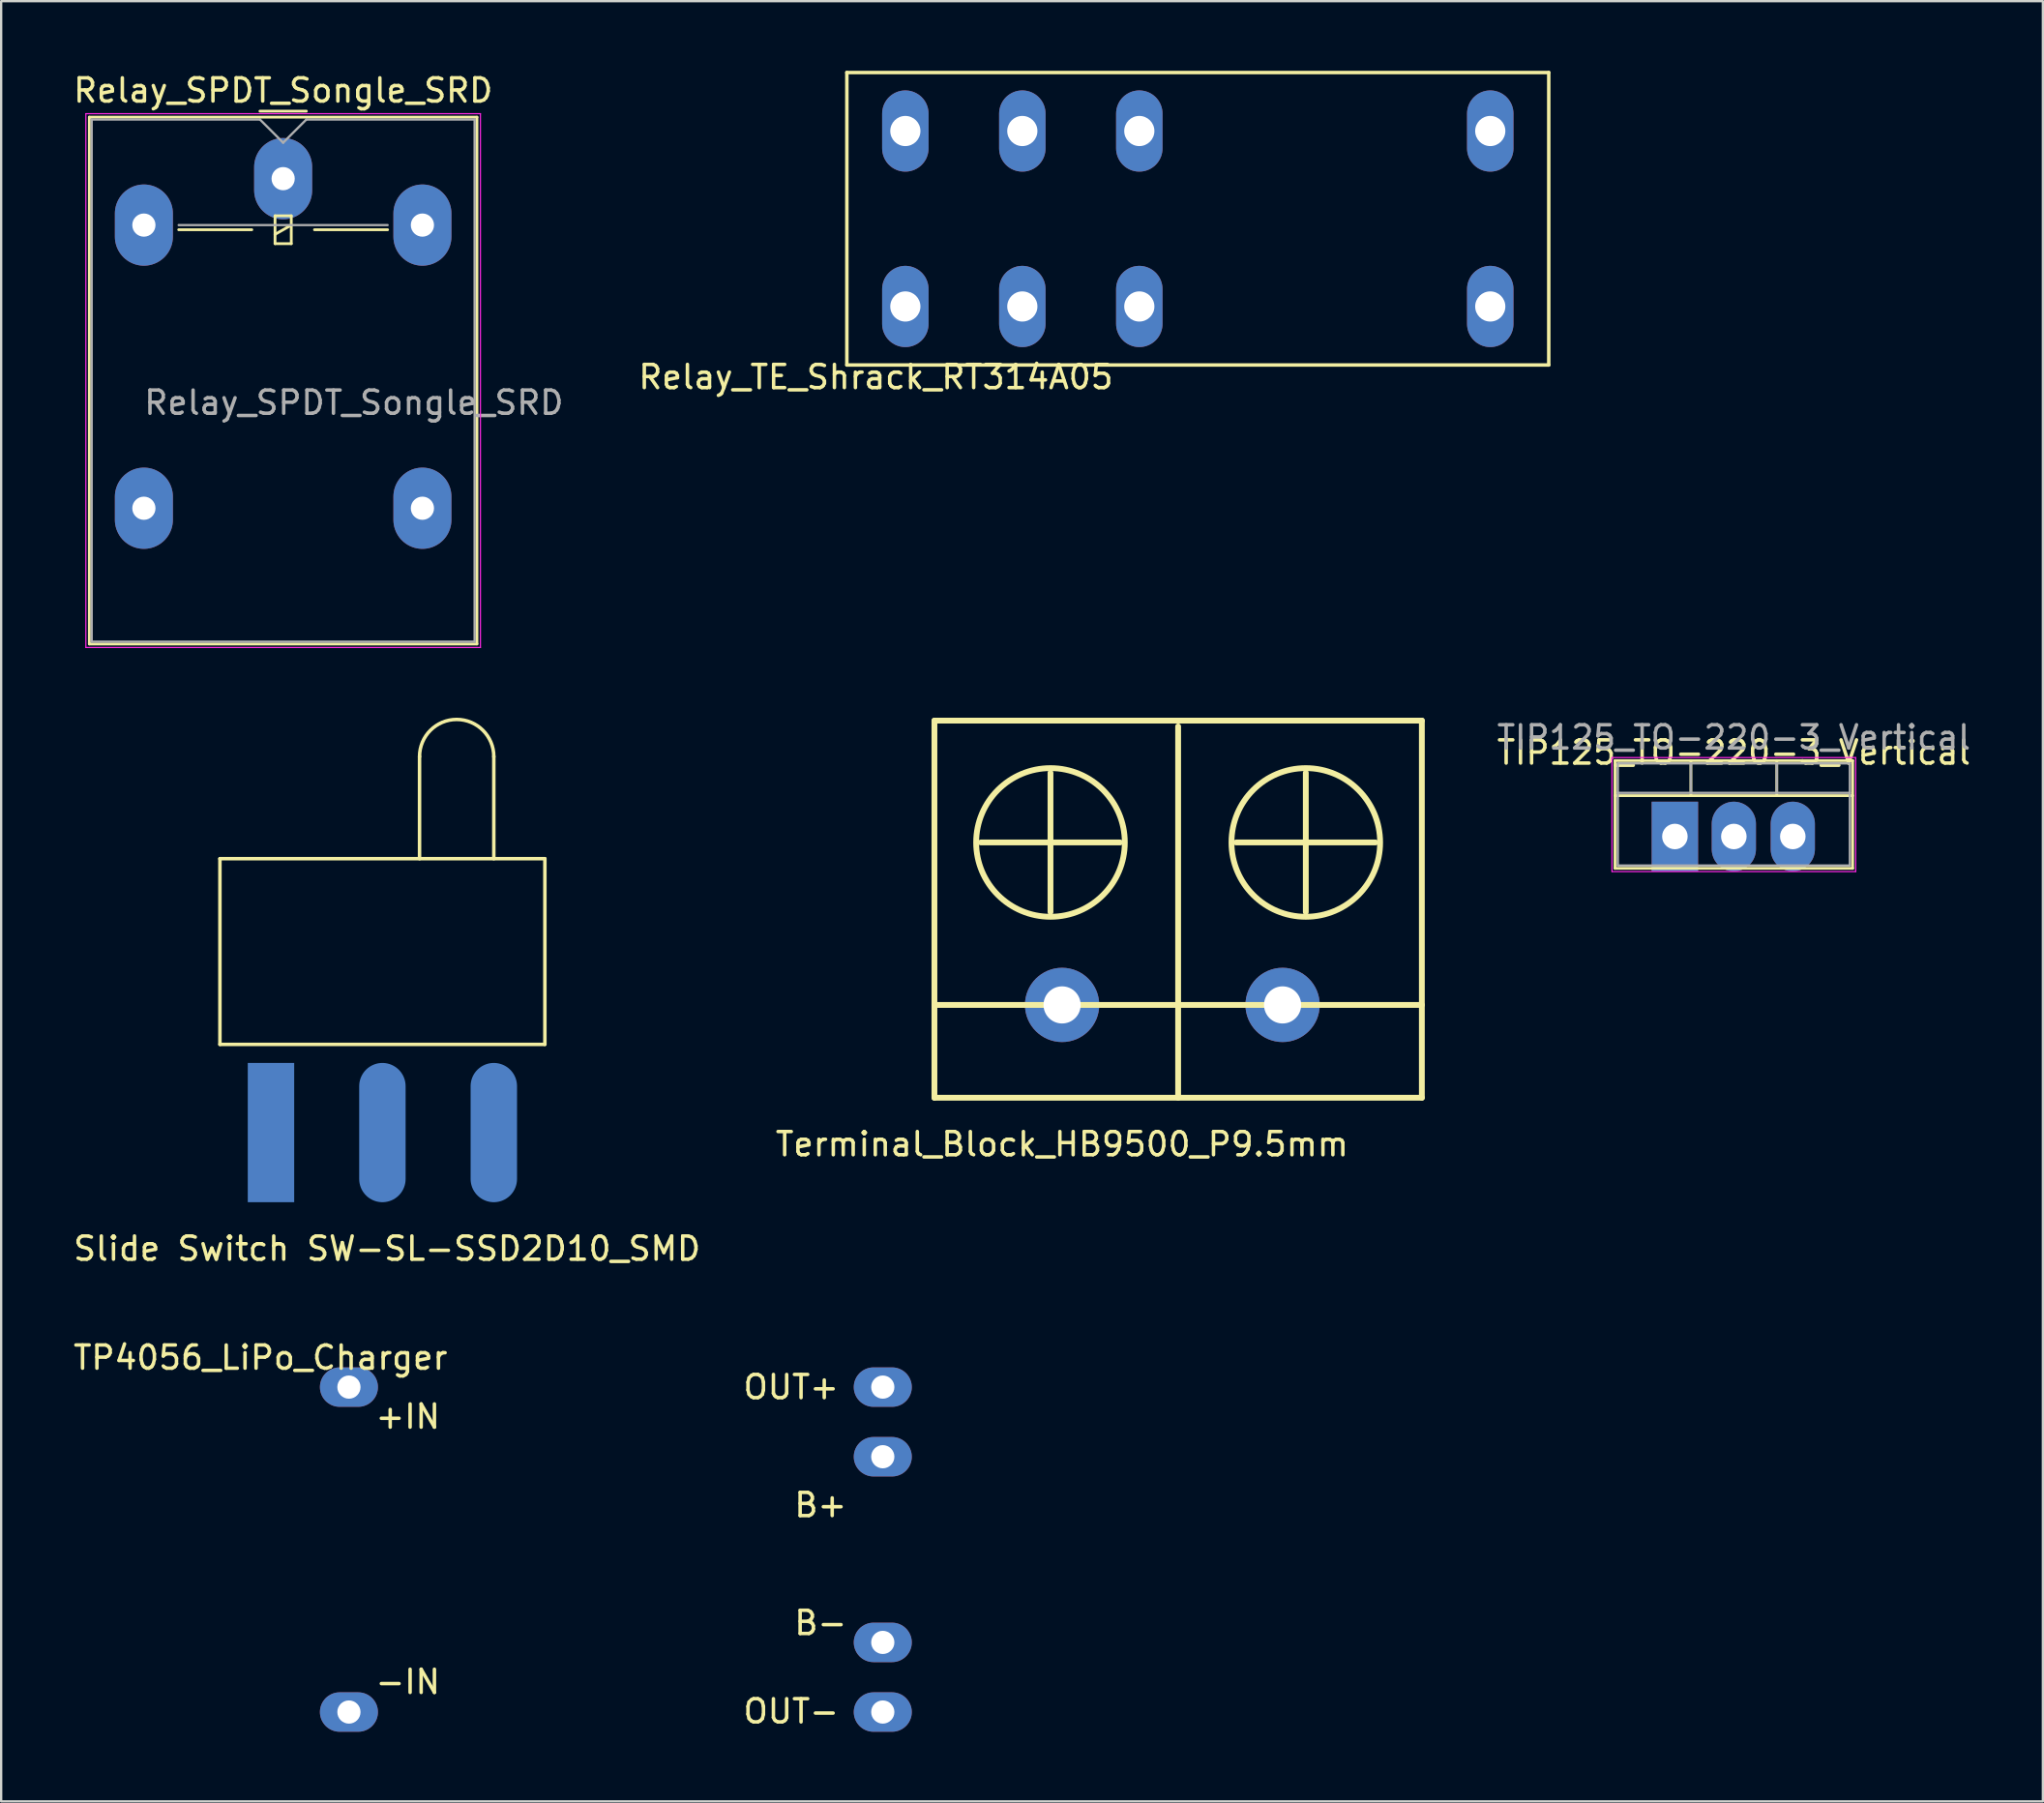
<source format=kicad_pcb>
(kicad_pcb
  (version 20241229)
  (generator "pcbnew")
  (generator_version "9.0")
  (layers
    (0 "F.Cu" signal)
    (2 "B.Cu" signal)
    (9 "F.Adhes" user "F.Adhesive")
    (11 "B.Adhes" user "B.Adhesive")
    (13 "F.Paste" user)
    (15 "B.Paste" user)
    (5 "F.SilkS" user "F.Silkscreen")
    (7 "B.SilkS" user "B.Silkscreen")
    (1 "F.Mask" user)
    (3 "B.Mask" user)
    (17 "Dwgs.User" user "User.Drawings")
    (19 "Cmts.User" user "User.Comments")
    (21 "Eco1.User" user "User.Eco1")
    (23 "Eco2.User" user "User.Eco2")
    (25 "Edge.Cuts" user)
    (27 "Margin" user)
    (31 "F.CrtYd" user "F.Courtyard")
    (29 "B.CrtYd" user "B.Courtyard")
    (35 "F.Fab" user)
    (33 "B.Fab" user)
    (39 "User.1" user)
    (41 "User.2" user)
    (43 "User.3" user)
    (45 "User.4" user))
  (footprint "Relay_SPDT_Songle_SRD"
    (layer "F.Cu")
    (at 9.149 4.648)
    (property "Reference" "Relay_SPDT_Songle_SRD" (at 0 -3.8 0) (layer "F.SilkS") (effects (font (size 1 1) (thickness 0.15))))
    (attr through_hole)
    (fp_line (start -8.35 -2.65) (end -8.35 20.05) (stroke (width 0.12) (type solid)) (layer "F.SilkS"))
    (fp_line (start -8.35 20.05) (end 8.35 20.05) (stroke (width 0.12) (type solid)) (layer "F.SilkS"))
    (fp_line (start -4.5 2.2) (end -1.35 2.2) (stroke (width 0.12) (type solid)) (layer "F.SilkS"))
    (fp_line (start -1 -2.91) (end 1 -2.91) (stroke (width 0.12) (type solid)) (layer "F.SilkS"))
    (fp_line (start -0.35 1.6) (end -0.35 2.8) (stroke (width 0.12) (type solid)) (layer "F.SilkS"))
    (fp_line (start -0.35 2.4) (end 0.35 2) (stroke (width 0.12) (type solid)) (layer "F.SilkS"))
    (fp_line (start -0.35 2.8) (end 0.35 2.8) (stroke (width 0.12) (type solid)) (layer "F.SilkS"))
    (fp_line (start 0.35 1.6) (end -0.35 1.6) (stroke (width 0.12) (type solid)) (layer "F.SilkS"))
    (fp_line (start 0.35 2.8) (end 0.35 1.6) (stroke (width 0.12) (type solid)) (layer "F.SilkS"))
    (fp_line (start 1.35 2.2) (end 4.5 2.2) (stroke (width 0.12) (type solid)) (layer "F.SilkS"))
    (fp_line (start 8.35 -2.65) (end -8.35 -2.65) (stroke (width 0.12) (type solid)) (layer "F.SilkS"))
    (fp_line (start 8.35 20.05) (end 8.35 -2.65) (stroke (width 0.12) (type solid)) (layer "F.SilkS"))
    (fp_line (start -3 -3) (end -3 6) (stroke (width 1) (type solid)) (layer "Eco1.User"))
    (fp_line (start 3 -3) (end -3 -3) (stroke (width 1) (type solid)) (layer "Eco1.User"))
    (fp_line (start 3 6) (end 3 -3) (stroke (width 1) (type solid)) (layer "Eco1.User"))
    (fp_line (start -8.5 -2.8) (end -8.5 20.2) (stroke (width 0.05) (type solid)) (layer "F.CrtYd"))
    (fp_line (start -8.5 20.2) (end 8.5 20.2) (stroke (width 0.05) (type solid)) (layer "F.CrtYd"))
    (fp_line (start 8.5 -2.8) (end -8.5 -2.8) (stroke (width 0.05) (type solid)) (layer "F.CrtYd"))
    (fp_line (start 8.5 20.2) (end 8.5 -2.8) (stroke (width 0.05) (type solid)) (layer "F.CrtYd"))
    (fp_line (start -8.25 -2.55) (end -1 -2.55) (stroke (width 0.1) (type solid)) (layer "F.Fab"))
    (fp_line (start -8.25 19.95) (end -8.25 -2.55) (stroke (width 0.1) (type solid)) (layer "F.Fab"))
    (fp_line (start -4.5 2) (end 4.5 2) (stroke (width 0.1) (type solid)) (layer "F.Fab"))
    (fp_line (start -1 -2.55) (end 0 -1.55) (stroke (width 0.1) (type solid)) (layer "F.Fab"))
    (fp_line (start 0 -1.55) (end 1 -2.55) (stroke (width 0.1) (type solid)) (layer "F.Fab"))
    (fp_line (start 1 -2.55) (end 8.25 -2.55) (stroke (width 0.1) (type solid)) (layer "F.Fab"))
    (fp_line (start 8.25 -2.55) (end 8.25 19.95) (stroke (width 0.1) (type solid)) (layer "F.Fab"))
    (fp_line (start 8.25 19.95) (end -8.25 19.95) (stroke (width 0.1) (type solid)) (layer "F.Fab"))
    (fp_text user "${REFERENCE}" (at 3.048 9.652 0) (layer "F.Fab") (effects (font (size 1 1) (thickness 0.15))))
    (pad "1" thru_hole oval (at 0 0) (size 2.5 3.5) (drill 1) (layers "*.Cu" "*.Mask"))
    (pad "2" thru_hole oval (at -6 2) (size 2.5 3.5) (drill 1) (layers "*.Cu" "*.Mask"))
    (pad "3" thru_hole oval (at -6 14.2) (size 2.5 3.5) (drill 1) (layers "*.Cu" "*.Mask"))
    (pad "4" thru_hole oval (at 6 14.2) (size 2.5 3.5) (drill 1) (layers "*.Cu" "*.Mask"))
    (pad "5" thru_hole oval (at 6 2) (size 2.5 3.5) (drill 1) (layers "*.Cu" "*.Mask")))
  (footprint "TIP125_TO-220-3_Vertical"
    (layer "F.Cu")
    (at 69.109 32.992)
    (property "Reference" "TIP125_TO-220-3_Vertical" (at 2.54 -3.62 0) (layer "F.SilkS") (effects (font (size 1 1) (thickness 0.15))))
    (attr through_hole)
    (fp_line (start -2.58 -3.27) (end -2.58 1.371) (stroke (width 0.12) (type solid)) (layer "F.SilkS"))
    (fp_line (start -2.58 -3.27) (end 7.66 -3.27) (stroke (width 0.12) (type solid)) (layer "F.SilkS"))
    (fp_line (start -2.58 -1.76) (end 7.66 -1.76) (stroke (width 0.12) (type solid)) (layer "F.SilkS"))
    (fp_line (start -2.58 1.371) (end 7.66 1.371) (stroke (width 0.12) (type solid)) (layer "F.SilkS"))
    (fp_line (start 0.69 -3.27) (end 0.69 -1.76) (stroke (width 0.12) (type solid)) (layer "F.SilkS"))
    (fp_line (start 4.391 -3.27) (end 4.391 -1.76) (stroke (width 0.12) (type solid)) (layer "F.SilkS"))
    (fp_line (start 7.66 -3.27) (end 7.66 1.371) (stroke (width 0.12) (type solid)) (layer "F.SilkS"))
    (fp_line (start -2.71 -3.4) (end -2.71 1.51) (stroke (width 0.05) (type solid)) (layer "F.CrtYd"))
    (fp_line (start -2.71 1.51) (end 7.79 1.51) (stroke (width 0.05) (type solid)) (layer "F.CrtYd"))
    (fp_line (start 7.79 -3.4) (end -2.71 -3.4) (stroke (width 0.05) (type solid)) (layer "F.CrtYd"))
    (fp_line (start 7.79 1.51) (end 7.79 -3.4) (stroke (width 0.05) (type solid)) (layer "F.CrtYd"))
    (fp_line (start -2.46 -3.15) (end -2.46 1.25) (stroke (width 0.1) (type solid)) (layer "F.Fab"))
    (fp_line (start -2.46 -1.88) (end 7.54 -1.88) (stroke (width 0.1) (type solid)) (layer "F.Fab"))
    (fp_line (start -2.46 1.25) (end 7.54 1.25) (stroke (width 0.1) (type solid)) (layer "F.Fab"))
    (fp_line (start 0.69 -3.15) (end 0.69 -1.88) (stroke (width 0.1) (type solid)) (layer "F.Fab"))
    (fp_line (start 4.39 -3.15) (end 4.39 -1.88) (stroke (width 0.1) (type solid)) (layer "F.Fab"))
    (fp_line (start 7.54 -3.15) (end -2.46 -3.15) (stroke (width 0.1) (type solid)) (layer "F.Fab"))
    (fp_line (start 7.54 1.25) (end 7.54 -3.15) (stroke (width 0.1) (type solid)) (layer "F.Fab"))
    (fp_text user "${REFERENCE}" (at 2.54 -4.27 0) (layer "F.Fab") (effects (font (size 1 1) (thickness 0.15))))
    (pad "1" thru_hole rect (at 0 0) (size 2 3) (drill 1.1) (layers "*.Cu" "*.Mask"))
    (pad "2" thru_hole oval (at 2.54 0) (size 1.905 3) (drill 1.1) (layers "*.Cu" "*.Mask"))
    (pad "3" thru_hole oval (at 5.08 0) (size 1.905 3) (drill 1.1) (layers "*.Cu" "*.Mask")))
  (footprint "Slide Switch SW-SL-SSD2D10_SMD"
    (layer "F.Cu")
    (at 8.625 45.748)
    (property "Reference" "Slide Switch SW-SL-SSD2D10_SMD" (at 5 5 0) (layer "F.SilkS") (effects (font (size 1 1) (thickness 0.15))))
    (attr through_hole)
    (fp_line (start -2.2 -11.8) (end -2.2 -3.8) (stroke (width 0.15) (type solid)) (layer "F.SilkS"))
    (fp_line (start -2.2 -3.8) (end 11.8 -3.8) (stroke (width 0.15) (type solid)) (layer "F.SilkS"))
    (fp_line (start 6.4 -16.2) (end 6.4 -11.8) (stroke (width 0.15) (type solid)) (layer "F.SilkS"))
    (fp_line (start 9.6 -16.2) (end 9.6 -11.8) (stroke (width 0.15) (type solid)) (layer "F.SilkS"))
    (fp_line (start 11.8 -11.8) (end -2.2 -11.8) (stroke (width 0.15) (type solid)) (layer "F.SilkS"))
    (fp_line (start 11.8 -3.8) (end 11.8 -11.8) (stroke (width 0.15) (type solid)) (layer "F.SilkS"))
    (fp_arc (start 6.4 -16.2) (mid 8 -17.8) (end 9.6 -16.2) (stroke (width 0.15) (type solid)) (layer "F.SilkS"))
    (pad "1" smd rect (at 0 0) (size 2 6) (layers "B.Cu" "B.Mask"))
    (pad "2" smd oval (at 4.8 0) (size 2 6) (layers "B.Cu" "B.Mask"))
    (pad "3" smd oval (at 9.6 0) (size 2 6) (layers "B.Cu" "B.Mask")))
  (footprint "TP4056_LiPo_Charger"
    (layer "F.Cu")
    (at 11.983 56.715)
    (property "Reference" "TP4056_LiPo_Charger" (at -3.81 -1.27 0) (layer "F.SilkS") (effects (font (size 1 1) (thickness 0.15))))
    (attr through_hole)
    (fp_text user "B+" (at 20.32 5.08 0) (layer "F.SilkS") (effects (font (size 1 1) (thickness 0.15))))
    (fp_text user "+IN" (at 2.54 1.27 0) (layer "F.SilkS") (effects (font (size 1 1) (thickness 0.15))))
    (fp_text user "B-" (at 20.32 10.16 0) (layer "F.SilkS") (effects (font (size 1 1) (thickness 0.15))))
    (fp_text user "OUT+" (at 19.05 0 0) (layer "F.SilkS") (effects (font (size 1 1) (thickness 0.15))))
    (fp_text user "-IN" (at 2.54 12.7 0) (layer "F.SilkS") (effects (font (size 1 1) (thickness 0.15))))
    (fp_text user "OUT-" (at 19.05 13.97 0) (layer "F.SilkS") (effects (font (size 1 1) (thickness 0.15))))
    (pad "1" thru_hole oval (at 0 0) (size 2.5 1.7) (drill 1) (layers "*.Cu" "*.Mask"))
    (pad "2" thru_hole oval (at 0 14) (size 2.5 1.7) (drill 1) (layers "*.Cu" "*.Mask"))
    (pad "3" thru_hole oval (at 23 14) (size 2.5 1.7) (drill 1) (layers "*.Cu" "*.Mask"))
    (pad "4" thru_hole oval (at 23 11) (size 2.5 1.7) (drill 1) (layers "*.Cu" "*.Mask"))
    (pad "5" thru_hole oval (at 23 3) (size 2.5 1.7) (drill 1) (layers "*.Cu" "*.Mask"))
    (pad "6" thru_hole oval (at 23 0) (size 2.5 1.7) (drill 1) (layers "*.Cu" "*.Mask")))
  (footprint "Terminal_Block_HB9500_P9.5mm"
    (layer "F.Cu")
    (at 42.708 40.248)
    (property "Reference" "Terminal_Block_HB9500_P9.5mm" (at 0 6 0) (layer "F.SilkS") (effects (font (size 1 1) (thickness 0.15))))
    (attr through_hole)
    (fp_line (start -5.5 -12.25) (end 15.5 -12.25) (stroke (width 0.25) (type solid)) (layer "F.SilkS"))
    (fp_line (start -5.5 0) (end 15.5 0) (stroke (width 0.25) (type solid)) (layer "F.SilkS"))
    (fp_line (start -5.5 4) (end -5.5 -12.25) (stroke (width 0.25) (type solid)) (layer "F.SilkS"))
    (fp_line (start -5.5 4) (end 15.5 4) (stroke (width 0.25) (type solid)) (layer "F.SilkS"))
    (fp_line (start -3.5 -7) (end 2.5 -7) (stroke (width 0.25) (type solid)) (layer "F.SilkS"))
    (fp_line (start -0.5 -10) (end -0.5 -4) (stroke (width 0.25) (type solid)) (layer "F.SilkS"))
    (fp_line (start 5 4) (end 5 -12) (stroke (width 0.25) (type solid)) (layer "F.SilkS"))
    (fp_line (start 7.5 -7) (end 13.5 -7) (stroke (width 0.25) (type solid)) (layer "F.SilkS"))
    (fp_line (start 10.5 -10) (end 10.5 -4) (stroke (width 0.25) (type solid)) (layer "F.SilkS"))
    (fp_line (start 15.5 4) (end 15.5 -12.25) (stroke (width 0.25) (type solid)) (layer "F.SilkS"))
    (fp_circle (center -0.5 -7) (end 2.702 -7) (stroke (width 0.25) (type solid)) (fill no) (layer "F.SilkS"))
    (fp_circle (center 10.5 -7) (end 13.702 -7) (stroke (width 0.25) (type solid)) (fill no) (layer "F.SilkS"))
    (pad "1" thru_hole circle (at 0 0) (size 3.2 3.2) (drill 1.6) (layers "*.Cu" "*.Mask"))
    (pad "2" thru_hole circle (at 9.5 0) (size 3.2 3.2) (drill 1.6) (layers "*.Cu" "*.Mask")))
  (footprint "Relay_TE_Shrack_RT314A05"
    (layer "F.Cu")
    (at 35.955 10.155)
    (property "Reference" "Relay_TE_Shrack_RT314A05" (at -1.27 3.04 0) (layer "F.SilkS") (effects (font (size 1 1) (thickness 0.15))))
    (attr through_hole)
    (fp_line (start -2.52 -10.08) (end -2.52 2.52) (stroke (width 0.15) (type solid)) (layer "F.SilkS"))
    (fp_line (start -2.52 2.52) (end 27.72 2.52) (stroke (width 0.15) (type solid)) (layer "F.SilkS"))
    (fp_line (start 27.72 -10.08) (end -2.52 -10.08) (stroke (width 0.15) (type solid)) (layer "F.SilkS"))
    (fp_line (start 27.72 2.52) (end 27.72 -10.08) (stroke (width 0.15) (type solid)) (layer "F.SilkS"))
    (pad "1" thru_hole oval (at 0 0) (size 2 3.5) (drill 1.3) (layers "*.Cu" "*.Mask"))
    (pad "2" thru_hole oval (at 5.04 0) (size 2 3.5) (drill 1.3) (layers "*.Cu" "*.Mask"))
    (pad "3" thru_hole oval (at 10.08 0) (size 2 3.5) (drill 1.3) (layers "*.Cu" "*.Mask"))
    (pad "4" thru_hole oval (at 25.2 0) (size 2 3.5) (drill 1.3) (layers "*.Cu" "*.Mask"))
    (pad "5" thru_hole oval (at 0 -7.56) (size 2 3.5) (drill 1.3) (layers "*.Cu" "*.Mask"))
    (pad "6" thru_hole oval (at 5.04 -7.56) (size 2 3.5) (drill 1.3) (layers "*.Cu" "*.Mask"))
    (pad "7" thru_hole oval (at 10.08 -7.56) (size 2 3.5) (drill 1.3) (layers "*.Cu" "*.Mask"))
    (pad "8" thru_hole oval (at 25.2 -7.56) (size 2 3.5) (drill 1.3) (layers "*.Cu" "*.Mask")))
  (gr_rect
    (start -3 -3)
    (end 84.964 74.565)
    (stroke (width 0.1) (type default))
    (fill no)
    (layer "Edge.Cuts")))
</source>
